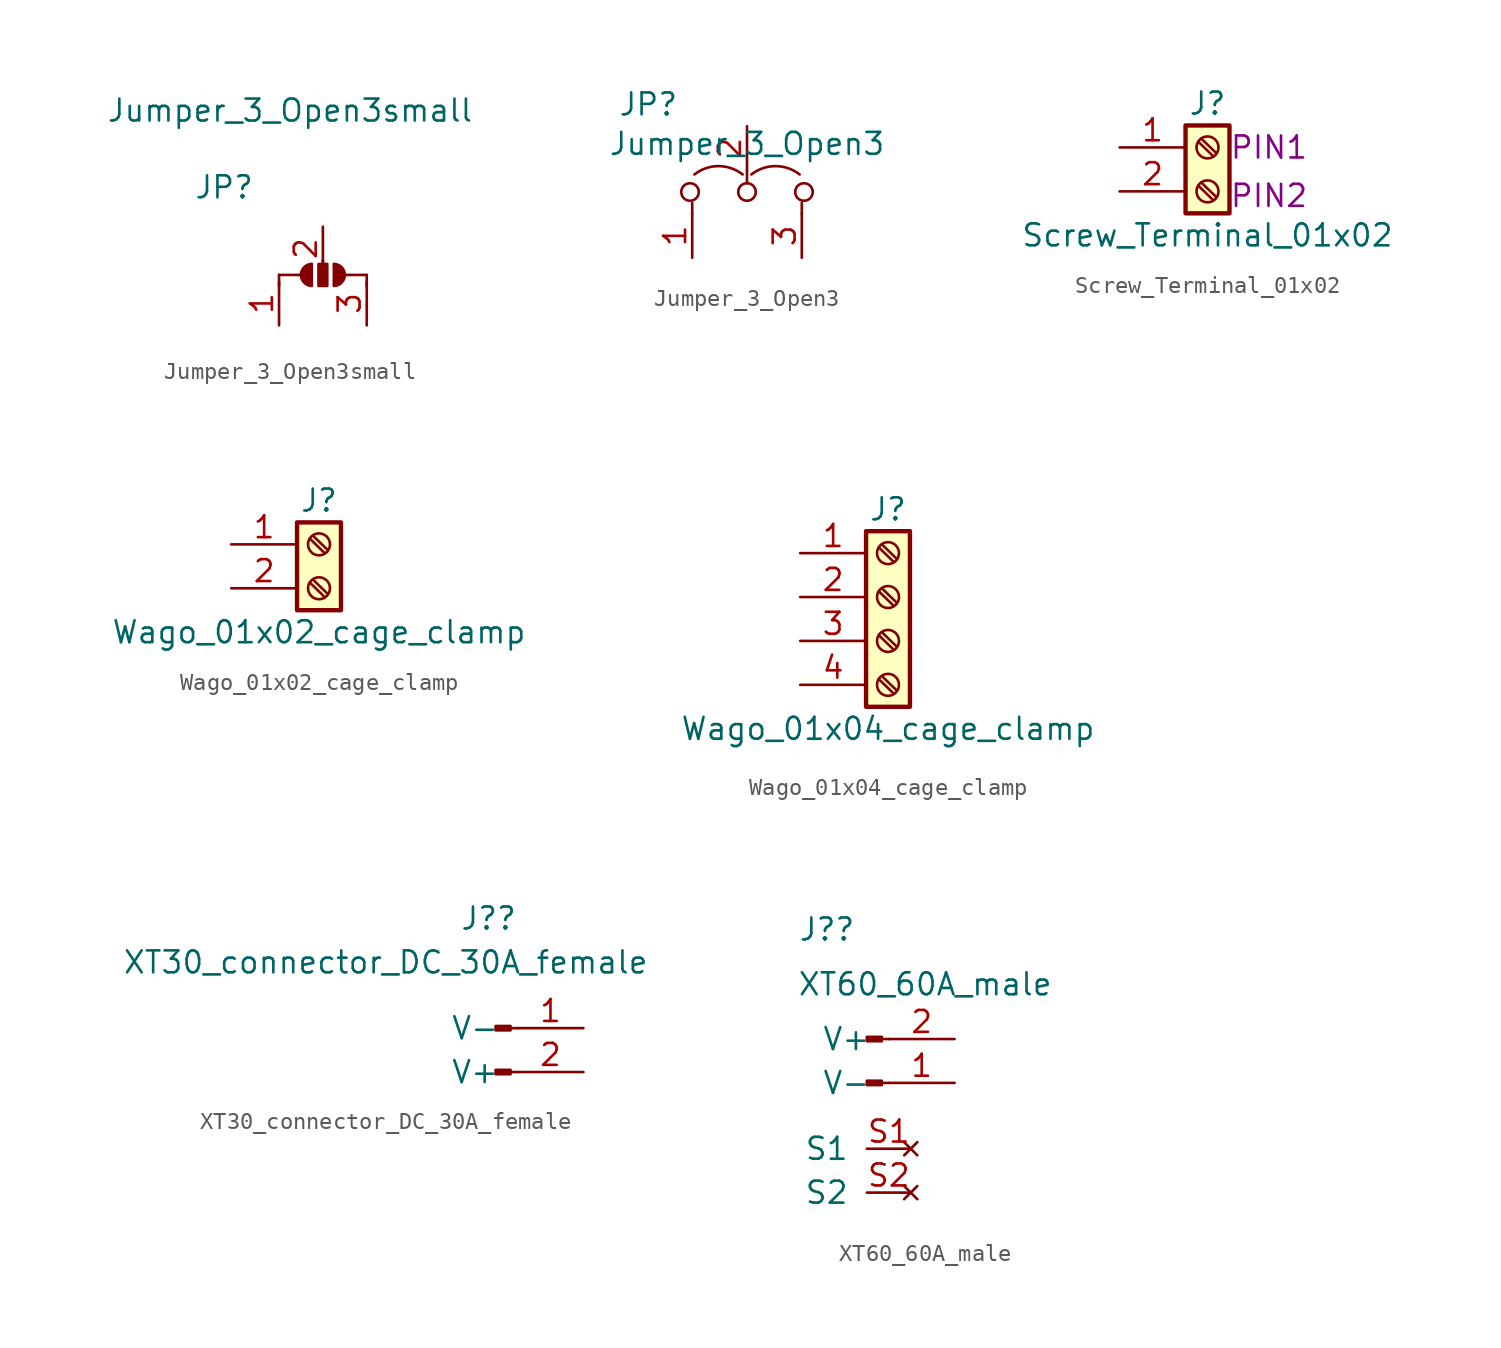
<source format=kicad_sym>
(kicad_symbol_lib
  (version 20220914)
  (generator kicad_symbol_editor)
  (symbol "Jumper_3_Open3small"
    (pin_names
      (offset 0) hide)
    (property "Reference" "JP"
      (at -5.715 5.08 0)
      (effects (font (size 1.27 1.27))))
    (property "Value" "Jumper_3_Open3small"
      (at -1.905 9.525 0)
      (effects (font (size 1.27 1.27))))
    (symbol "Jumper_3_Open3small_0_1"
      (arc (start -0.6463 0.635) (mid -1.2701 0) (end -0.6463 -0.635) (stroke (width 0) (type default)) (fill (type outline)))
      (rectangle (start -0.254 0.635) (end 0.254 -0.635) (stroke (width 0) (type default)) (fill (type outline)))
      (polyline (pts (xy -2.54 0) (xy -2.54 -0.635)) (stroke (width 0) (type default)) (fill (type none)))
      (polyline (pts (xy -2.54 0) (xy -1.27 0)) (stroke (width 0) (type default)) (fill (type none)))
      (polyline (pts (xy -0.646 -0.635) (xy -0.646 0.635)) (stroke (width 0) (type default)) (fill (type none)))
      (polyline (pts (xy 0 0.889) (xy 0 0.127)) (stroke (width 0) (type default)) (fill (type none)))
      (polyline (pts (xy 0.635 0.635) (xy 0.635 -0.635)) (stroke (width 0) (type default)) (fill (type none)))
      (polyline (pts (xy 1.27 0) (xy 2.54 0)) (stroke (width 0) (type default)) (fill (type none)))
      (polyline (pts (xy 2.54 0) (xy 2.54 -0.635)) (stroke (width 0) (type default)) (fill (type none)))
      (arc (start 0.6463 -0.635) (mid 1.2701 0) (end 0.6463 0.635) (stroke (width 0) (type default)) (fill (type outline))))
    (symbol "Jumper_3_Open3small_1_1"
      (pin passive line (at -2.54 -2.921 90) (length 2.54) (name "A" (effects (font (size 1.27 1.27)))) (number "1" (effects (font (size 1.27 1.27)))))
      (pin input line (at 0 2.794 270) (length 2.54) (name "C" (effects (font (size 1.27 1.27)))) (number "2" (effects (font (size 1.27 1.27)))))
      (pin passive line (at 2.54 -2.921 90) (length 2.54) (name "B" (effects (font (size 1.27 1.27)))) (number "3" (effects (font (size 1.27 1.27)))))))
  (symbol "Jumper_3_Open3"
    (pin_names
      (offset 0) hide)
    (property "Reference" "JP"
      (at -5.715 5.08 0)
      (effects (font (size 1.27 1.27))))
    (property "Value" "Jumper_3_Open3"
      (at 0 2.794 0)
      (effects (font (size 1.27 1.27))))
    (symbol "Jumper_3_Open3_0_0"
      (circle (center -3.302 0) (radius 0.508) (stroke (width 0) (type default)) (fill (type none)))
      (circle (center 0 0) (radius 0.508) (stroke (width 0) (type default)) (fill (type none)))
      (circle (center 3.302 0) (radius 0.508) (stroke (width 0) (type default)) (fill (type none))))
    (symbol "Jumper_3_Open3_0_1"
      (arc (start -0.254 1.016) (mid -1.651 1.4992) (end -3.048 1.016) (stroke (width 0) (type default)) (fill (type none)))
      (polyline (pts (xy -3.175 -1.27) (xy -3.175 -0.635)) (stroke (width 0) (type default)) (fill (type none)))
      (polyline (pts (xy 0 1.27) (xy 0 0.508)) (stroke (width 0) (type default)) (fill (type none)))
      (polyline (pts (xy 3.175 -1.27) (xy 3.175 -0.635)) (stroke (width 0) (type default)) (fill (type none)))
      (arc (start 3.048 1.016) (mid 1.651 1.4992) (end 0.254 1.016) (stroke (width 0) (type default)) (fill (type none))))
    (symbol "Jumper_3_Open3_1_1"
      (pin passive line (at -3.175 -3.81 90) (length 2.54) (name "A" (effects (font (size 1.27 1.27)))) (number "1" (effects (font (size 1.27 1.27)))))
      (pin input line (at 0 3.81 270) (length 2.54) (name "C" (effects (font (size 1.27 1.27)))) (number "2" (effects (font (size 1.27 1.27)))))
      (pin passive line (at 3.175 -3.81 90) (length 2.54) (name "B" (effects (font (size 1.27 1.27)))) (number "3" (effects (font (size 1.27 1.27)))))))
  (symbol "Screw_Terminal_01x02"
    (pin_names
      (offset 1.016) hide)
    (property "Reference" "J"
      (at 0 2.54 0)
      (effects (font (size 1.27 1.27))))
    (property "Value" "Screw_Terminal_01x02"
      (at 0 -5.08 0)
      (effects (font (size 1.27 1.27))))
    (property "PIN1" "PIN1"
      (at 3.556 0 0)
      (effects (font (size 1.27 1.27))))
    (property "PIN2" "PIN2"
      (at 3.556 -2.794 0)
      (effects (font (size 1.27 1.27))))
    (symbol "Screw_Terminal_01x02_1_1"
      (rectangle (start -1.27 1.27) (end 1.27 -3.81) (stroke (width 0.254) (type default)) (fill (type background)))
      (circle (center 0 -2.54) (radius 0.635) (stroke (width 0.152) (type default)) (fill (type none)))
      (polyline (pts (xy -0.533 -2.21) (xy 0.33 -3.048)) (stroke (width 0.152) (type default)) (fill (type none)))
      (polyline (pts (xy -0.533 0.33) (xy 0.33 -0.508)) (stroke (width 0.152) (type default)) (fill (type none)))
      (polyline (pts (xy -0.356 -2.032) (xy 0.508 -2.87)) (stroke (width 0.152) (type default)) (fill (type none)))
      (polyline (pts (xy -0.356 0.508) (xy 0.508 -0.33)) (stroke (width 0.152) (type default)) (fill (type none)))
      (circle (center 0 0) (radius 0.635) (stroke (width 0.152) (type default)) (fill (type none)))
      (pin passive line (at -5.08 0 0) (length 3.81) (name "Pin_1" (effects (font (size 1.27 1.27)))) (number "1" (effects (font (size 1.27 1.27)))))
      (pin passive line (at -5.08 -2.54 0) (length 3.81) (name "Pin_2" (effects (font (size 1.27 1.27)))) (number "2" (effects (font (size 1.27 1.27)))))))
  (symbol "Wago_01x02_cage_clamp"
    (pin_names
      (offset 1.016) hide)
    (property "Reference" "J"
      (at 0 2.54 0)
      (effects (font (size 1.27 1.27))))
    (property "Value" "Wago_01x02_cage_clamp"
      (at 0 -5.08 0)
      (effects (font (size 1.27 1.27))))
    (symbol "Wago_01x02_cage_clamp_1_1"
      (rectangle (start -1.27 1.27) (end 1.27 -3.81) (stroke (width 0.254) (type default)) (fill (type background)))
      (circle (center 0 -2.54) (radius 0.635) (stroke (width 0.152) (type default)) (fill (type none)))
      (polyline (pts (xy -0.533 -2.21) (xy 0.33 -3.048)) (stroke (width 0.152) (type default)) (fill (type none)))
      (polyline (pts (xy -0.533 0.33) (xy 0.33 -0.508)) (stroke (width 0.152) (type default)) (fill (type none)))
      (polyline (pts (xy -0.356 -2.032) (xy 0.508 -2.87)) (stroke (width 0.152) (type default)) (fill (type none)))
      (polyline (pts (xy -0.356 0.508) (xy 0.508 -0.33)) (stroke (width 0.152) (type default)) (fill (type none)))
      (circle (center 0 0) (radius 0.635) (stroke (width 0.152) (type default)) (fill (type none)))
      (pin passive line (at -5.08 0 0) (length 3.81) (name "Pin_1" (effects (font (size 1.27 1.27)))) (number "1" (effects (font (size 1.27 1.27)))))
      (pin passive line (at -5.08 -2.54 0) (length 3.81) (name "Pin_2" (effects (font (size 1.27 1.27)))) (number "2" (effects (font (size 1.27 1.27)))))))
  (symbol "Wago_01x04_cage_clamp"
    (pin_names
      (offset 1.016) hide)
    (property "Reference" "J"
      (at 0 5.08 0)
      (effects (font (size 1.27 1.27))))
    (property "Value" "Wago_01x04_cage_clamp"
      (at 0 -7.62 0)
      (effects (font (size 1.27 1.27))))
    (symbol "Wago_01x04_cage_clamp_1_1"
      (rectangle (start -1.27 3.81) (end 1.27 -6.35) (stroke (width 0.254) (type default)) (fill (type background)))
      (circle (center 0 -5.08) (radius 0.635) (stroke (width 0.152) (type default)) (fill (type none)))
      (circle (center 0 -2.54) (radius 0.635) (stroke (width 0.152) (type default)) (fill (type none)))
      (polyline (pts (xy -0.533 -4.75) (xy 0.33 -5.588)) (stroke (width 0.152) (type default)) (fill (type none)))
      (polyline (pts (xy -0.533 -2.21) (xy 0.33 -3.048)) (stroke (width 0.152) (type default)) (fill (type none)))
      (polyline (pts (xy -0.533 0.33) (xy 0.33 -0.508)) (stroke (width 0.152) (type default)) (fill (type none)))
      (polyline (pts (xy -0.533 2.87) (xy 0.33 2.032)) (stroke (width 0.152) (type default)) (fill (type none)))
      (polyline (pts (xy -0.356 -4.572) (xy 0.508 -5.41)) (stroke (width 0.152) (type default)) (fill (type none)))
      (polyline (pts (xy -0.356 -2.032) (xy 0.508 -2.87)) (stroke (width 0.152) (type default)) (fill (type none)))
      (polyline (pts (xy -0.356 0.508) (xy 0.508 -0.33)) (stroke (width 0.152) (type default)) (fill (type none)))
      (polyline (pts (xy -0.356 3.048) (xy 0.508 2.21)) (stroke (width 0.152) (type default)) (fill (type none)))
      (circle (center 0 0) (radius 0.635) (stroke (width 0.152) (type default)) (fill (type none)))
      (circle (center 0 2.54) (radius 0.635) (stroke (width 0.152) (type default)) (fill (type none)))
      (pin passive line (at -5.08 2.54 0) (length 3.81) (name "Pin_1" (effects (font (size 1.27 1.27)))) (number "1" (effects (font (size 1.27 1.27)))))
      (pin passive line (at -5.08 0 0) (length 3.81) (name "Pin_2" (effects (font (size 1.27 1.27)))) (number "2" (effects (font (size 1.27 1.27)))))
      (pin passive line (at -5.08 -2.54 0) (length 3.81) (name "Pin_3" (effects (font (size 1.27 1.27)))) (number "3" (effects (font (size 1.27 1.27)))))
      (pin passive line (at -5.08 -5.08 0) (length 3.81) (name "Pin_4" (effects (font (size 1.27 1.27)))) (number "4" (effects (font (size 1.27 1.27)))))))
  (symbol "XT30_connector_DC_30A_female"
    (pin_names
      (offset 1.016))
    (property "Reference" "J?"
      (at 1.27 6.35 0)
      (effects (font (size 1.27 1.27)) (justify right)))
    (property "Value" "XT30_connector_DC_30A_female"
      (at 8.89 3.81 0)
      (effects (font (size 1.27 1.27)) (justify right)))
    (symbol "XT30_connector_DC_30A_female_1_1"
      (polyline (pts (xy 1.27 -2.54) (xy 0.864 -2.54)) (stroke (width 0.152) (type default)) (fill (type none)))
      (polyline (pts (xy 1.27 0) (xy 0.864 0)) (stroke (width 0.152) (type default)) (fill (type none)))
      (rectangle (start 0.864 -2.413) (end 0 -2.667) (stroke (width 0.152) (type default)) (fill (type outline)))
      (rectangle (start 0.864 0.127) (end 0 -0.127) (stroke (width 0.152) (type default)) (fill (type outline)))
      (pin passive line (at 5.08 0 180) (length 3.81) (name "V-" (effects (font (size 1.27 1.27)))) (number "1" (effects (font (size 1.27 1.27)))))
      (pin passive line (at 5.08 -2.54 180) (length 3.81) (name "V+" (effects (font (size 1.27 1.27)))) (number "2" (effects (font (size 1.27 1.27)))))))
  (symbol "XT60_60A_male"
    (pin_names
      (offset 1.016))
    (property "Reference" "J?"
      (at -0.635 6.985 0)
      (effects (font (size 1.27 1.27)) (justify right)))
    (property "Value" "XT60_60A_male"
      (at 10.795 3.81 0)
      (effects (font (size 1.27 1.27)) (justify right)))
    (symbol "XT60_60A_male_1_1"
      (rectangle (start 0 -1.778) (end 0.864 -2.032) (stroke (width 0.152) (type default)) (fill (type outline)))
      (polyline (pts (xy 1.27 -1.905) (xy 0.864 -1.905)) (stroke (width 0.152) (type default)) (fill (type none)))
      (polyline (pts (xy 1.27 0.635) (xy 0.864 0.635)) (stroke (width 0.152) (type default)) (fill (type none)))
      (rectangle (start 0 0.762) (end 0.864 0.508) (stroke (width 0.152) (type default)) (fill (type outline)))
      (pin passive line (at 5.08 -1.905 180) (length 3.81) (name "V-" (effects (font (size 1.27 1.27)))) (number "1" (effects (font (size 1.27 1.27)))))
      (pin passive line (at 5.08 0.635 180) (length 3.81) (name "V+" (effects (font (size 1.27 1.27)))) (number "2" (effects (font (size 1.27 1.27)))))
      (pin no_connect line (at 2.54 -5.715 180) (length 2.54) (name "S1" (effects (font (size 1.27 1.27)))) (number "S1" (effects (font (size 1.27 1.27)))))
      (pin no_connect line (at 2.54 -8.255 180) (length 2.54) (name "S2" (effects (font (size 1.27 1.27)))) (number "S2" (effects (font (size 1.27 1.27))))))))
</source>
